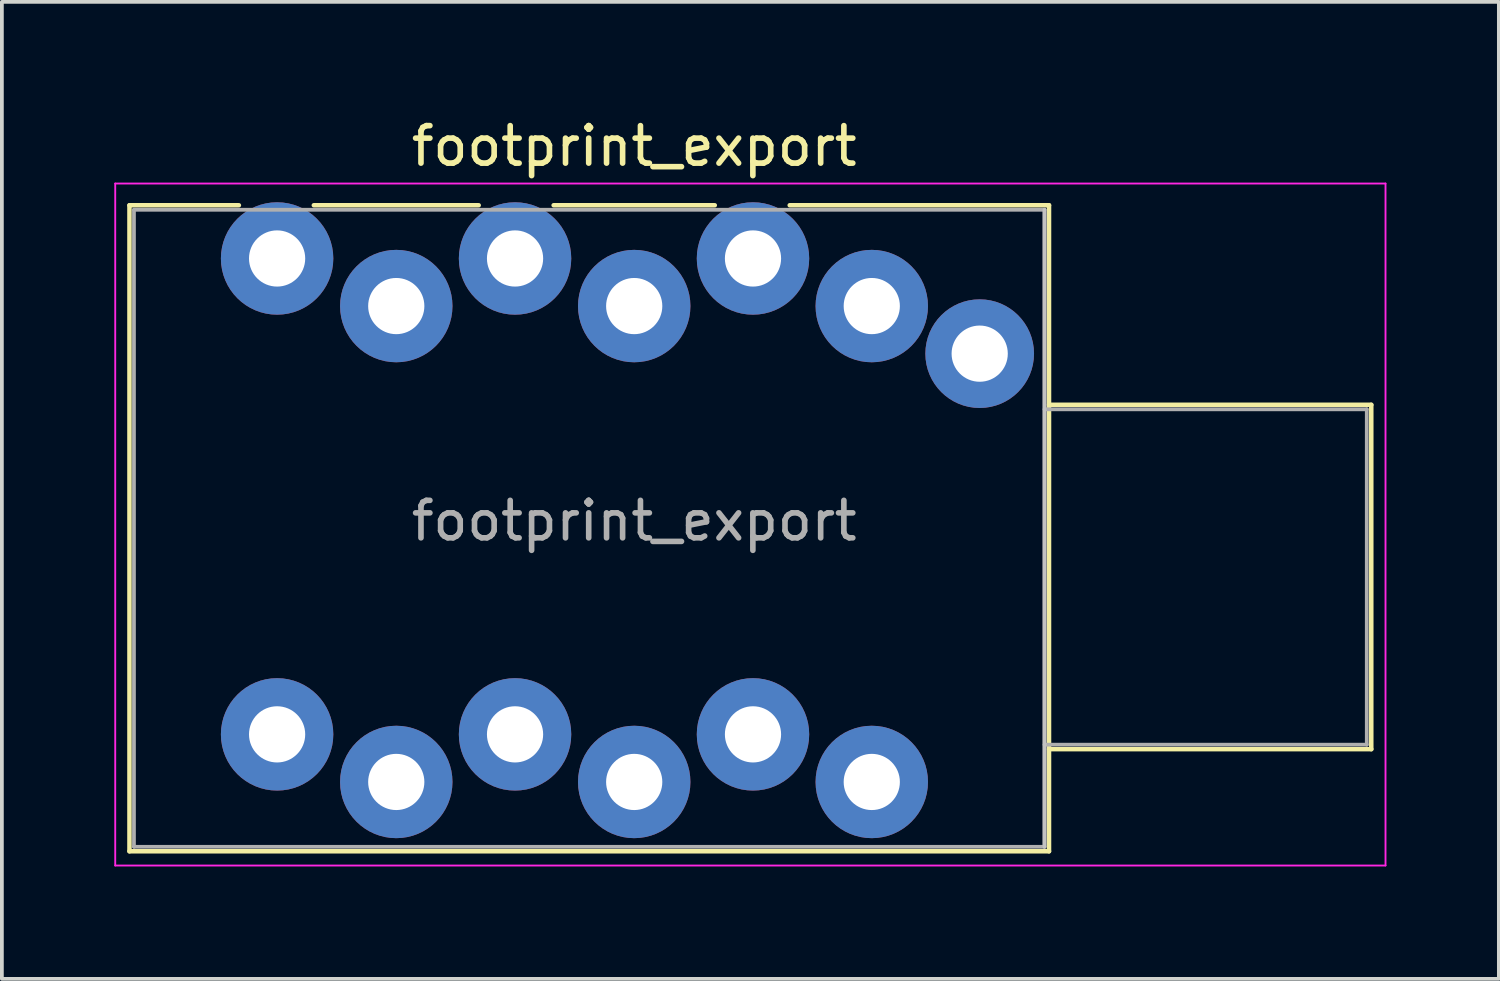
<source format=kicad_pcb>
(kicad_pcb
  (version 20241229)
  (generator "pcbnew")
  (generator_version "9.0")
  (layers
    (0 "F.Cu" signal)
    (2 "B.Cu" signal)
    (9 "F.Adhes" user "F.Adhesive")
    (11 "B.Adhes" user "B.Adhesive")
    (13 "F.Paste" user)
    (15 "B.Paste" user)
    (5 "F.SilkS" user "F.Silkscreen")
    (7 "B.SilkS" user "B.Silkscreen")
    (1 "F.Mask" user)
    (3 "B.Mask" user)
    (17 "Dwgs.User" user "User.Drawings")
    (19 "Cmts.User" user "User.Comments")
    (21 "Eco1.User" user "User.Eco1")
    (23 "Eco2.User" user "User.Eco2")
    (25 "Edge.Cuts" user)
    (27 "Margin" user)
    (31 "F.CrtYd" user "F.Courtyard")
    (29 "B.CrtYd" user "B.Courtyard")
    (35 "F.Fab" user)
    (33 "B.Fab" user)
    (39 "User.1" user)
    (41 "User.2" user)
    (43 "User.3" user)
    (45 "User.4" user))
  (footprint "footprint_export"
    (layer "F.Cu")
    (at 4.345 3.848)
    (property "Reference" "footprint_export" (at 9.53 -3 0) (layer "F.SilkS") (effects (font (size 1 1) (thickness 0.15))))
    (attr through_hole)
    (fp_line (start -3.94 -1.42) (end -1.02 -1.42) (stroke (width 0.12) (type solid)) (layer "F.SilkS"))
    (fp_line (start -3.94 15.82) (end -3.94 -1.42) (stroke (width 0.12) (type solid)) (layer "F.SilkS"))
    (fp_line (start -3.94 15.82) (end 20.6 15.82) (stroke (width 0.12) (type solid)) (layer "F.SilkS"))
    (fp_line (start 0.98 -1.42) (end 5.38 -1.42) (stroke (width 0.12) (type solid)) (layer "F.SilkS"))
    (fp_line (start 7.38 -1.42) (end 11.68 -1.42) (stroke (width 0.12) (type solid)) (layer "F.SilkS"))
    (fp_line (start 13.68 -1.42) (end 20.6 -1.42) (stroke (width 0.12) (type solid)) (layer "F.SilkS"))
    (fp_line (start 20.6 -1.42) (end 20.6 15.82) (stroke (width 0.12) (type solid)) (layer "F.SilkS"))
    (fp_line (start 29.2 3.905) (end 20.6 3.905) (stroke (width 0.12) (type solid)) (layer "F.SilkS"))
    (fp_line (start 29.2 13.095) (end 20.6 13.095) (stroke (width 0.12) (type solid)) (layer "F.SilkS"))
    (fp_line (start 29.2 13.095) (end 29.2 3.905) (stroke (width 0.12) (type solid)) (layer "F.SilkS"))
    (fp_line (start 20.48 -1.3) (end 20.48 15.7) (stroke (width 0.1) (type solid)) (layer "Dwgs.User"))
    (fp_line (start -4.32 16.2) (end -4.32 -2) (stroke (width 0.05) (type solid)) (layer "F.CrtYd"))
    (fp_line (start -4.32 16.2) (end 29.58 16.2) (stroke (width 0.05) (type solid)) (layer "F.CrtYd"))
    (fp_line (start 29.58 -2) (end -4.32 -2) (stroke (width 0.05) (type solid)) (layer "F.CrtYd"))
    (fp_line (start 29.58 16.2) (end 29.58 -2) (stroke (width 0.05) (type solid)) (layer "F.CrtYd"))
    (fp_line (start -3.82 -1.3) (end 20.48 -1.3) (stroke (width 0.1) (type solid)) (layer "F.Fab"))
    (fp_line (start -3.82 15.7) (end -3.82 -1.3) (stroke (width 0.1) (type solid)) (layer "F.Fab"))
    (fp_line (start 20.48 -1.3) (end 20.48 15.7) (stroke (width 0.1) (type solid)) (layer "F.Fab"))
    (fp_line (start 20.48 12.975) (end 29.08 12.975) (stroke (width 0.1) (type solid)) (layer "F.Fab"))
    (fp_line (start 20.48 15.7) (end -3.82 15.7) (stroke (width 0.1) (type solid)) (layer "F.Fab"))
    (fp_line (start 29.08 4.025) (end 20.48 4.025) (stroke (width 0.1) (type solid)) (layer "F.Fab"))
    (fp_line (start 29.08 12.975) (end 29.08 4.025) (stroke (width 0.1) (type solid)) (layer "F.Fab"))
    (fp_text user "${REFERENCE}" (at 9.53 7 0) (layer "F.Fab") (effects (font (size 1 1) (thickness 0.15))))
    (pad "G" thru_hole circle (at 18.75 2.54) (size 2.9 2.9) (drill 1.5) (layers "*.Cu" "*.Mask"))
    (pad "R1" thru_hole circle (at 6.35 0) (size 3 3) (drill 1.5) (layers "*.Cu" "*.Mask"))
    (pad "R2" thru_hole circle (at 9.53 1.27) (size 3 3) (drill 1.5) (layers "*.Cu" "*.Mask"))
    (pad "RN1" thru_hole circle (at 6.35 12.7) (size 3 3) (drill 1.5) (layers "*.Cu" "*.Mask"))
    (pad "RN2" thru_hole circle (at 9.53 13.97) (size 3 3) (drill 1.5) (layers "*.Cu" "*.Mask"))
    (pad "S1" thru_hole circle (at 12.7 0) (size 3 3) (drill 1.5) (layers "*.Cu" "*.Mask"))
    (pad "S2" thru_hole circle (at 15.87 1.27) (size 3 3) (drill 1.5) (layers "*.Cu" "*.Mask"))
    (pad "SN1" thru_hole circle (at 12.7 12.7) (size 3 3) (drill 1.5) (layers "*.Cu" "*.Mask"))
    (pad "SN2" thru_hole circle (at 15.87 13.97) (size 3 3) (drill 1.5) (layers "*.Cu" "*.Mask"))
    (pad "T1" thru_hole circle (at 0 0) (size 3 3) (drill 1.5) (layers "*.Cu" "*.Mask"))
    (pad "T2" thru_hole circle (at 3.18 1.27) (size 3 3) (drill 1.5) (layers "*.Cu" "*.Mask"))
    (pad "TN1" thru_hole circle (at 0 12.7) (size 3 3) (drill 1.5) (layers "*.Cu" "*.Mask"))
    (pad "TN2" thru_hole circle (at 3.18 13.97) (size 3 3) (drill 1.5) (layers "*.Cu" "*.Mask")))
  (gr_rect
    (start -3 -3)
    (end 36.95 23.073)
    (stroke (width 0.1) (type default))
    (fill no)
    (layer "Edge.Cuts")))
</source>
